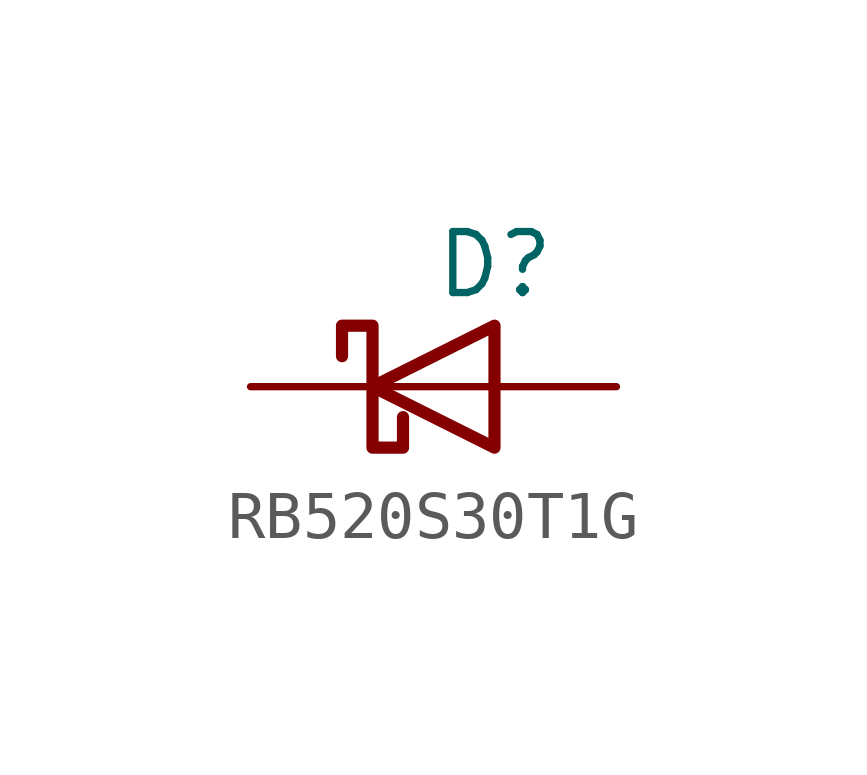
<source format=kicad_sym>
(kicad_symbol_lib
  (version 20220914)
  (generator kicad_symbol_editor)
  (symbol "RB520S30T1G"
    (pin_numbers hide)
    (pin_names
      (offset 1.016) hide)
    (property "Reference" "D"
      (at 0 2.54 0)
      (effects (font (size 1.27 1.27)) (justify left)))
    (symbol "RB520S30T1G_0_1"
      (polyline (pts (xy 1.27 0) (xy -1.27 0)) (stroke (width 0) (type default)) (fill (type none)))
      (polyline (pts (xy 1.27 1.27) (xy 1.27 -1.27) (xy -1.27 0) (xy 1.27 1.27)) (stroke (width 0.254) (type default)) (fill (type none)))
      (polyline (pts (xy -1.905 0.635) (xy -1.905 1.27) (xy -1.27 1.27) (xy -1.27 -1.27) (xy -0.635 -1.27) (xy -0.635 -0.635)) (stroke (width 0.254) (type default)) (fill (type none))))
    (symbol "RB520S30T1G_1_1"
      (pin passive line (at -3.81 0 0) (length 2.54) (name "K" (effects (font (size 1.27 1.27)))) (number "1" (effects (font (size 1.27 1.27)))))
      (pin passive line (at 3.81 0 180) (length 2.54) (name "A" (effects (font (size 1.27 1.27)))) (number "2" (effects (font (size 1.27 1.27))))))))
</source>
